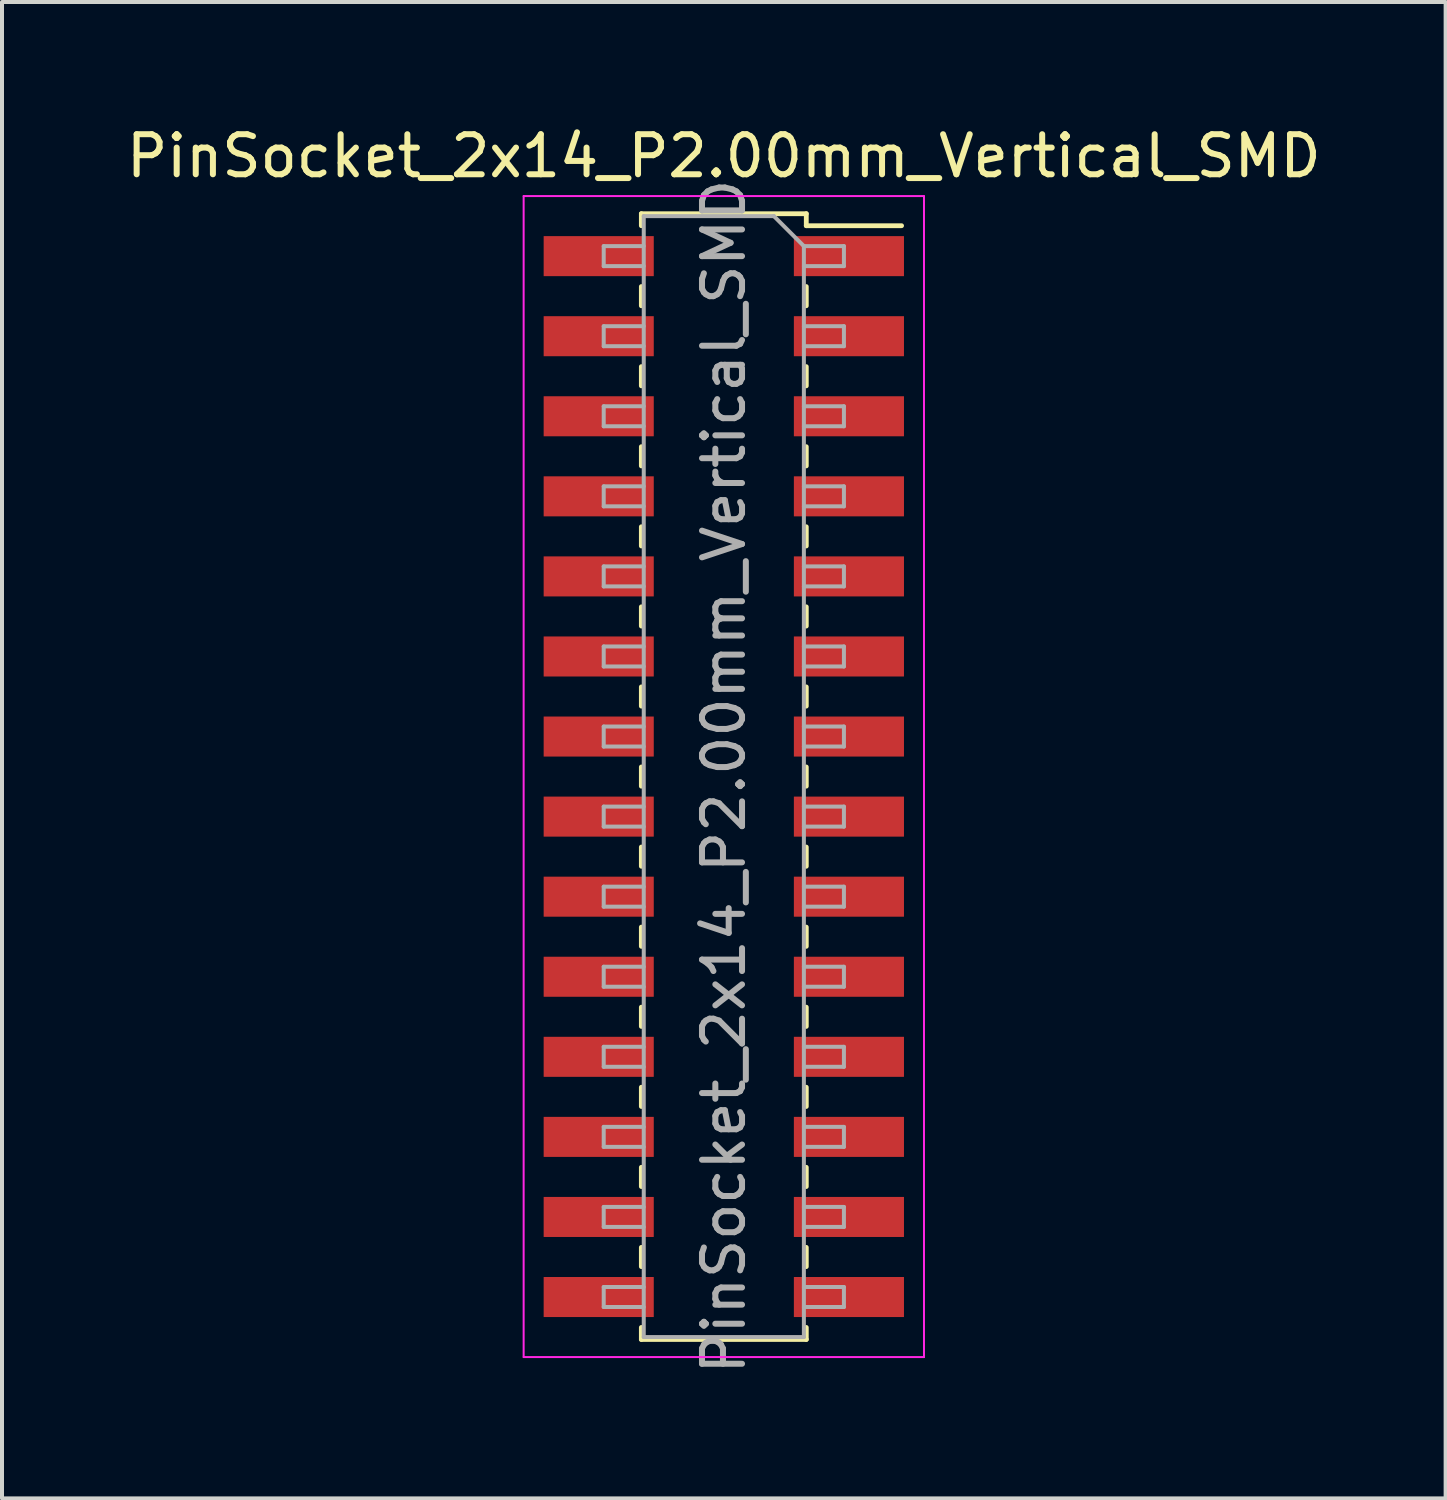
<source format=kicad_pcb>
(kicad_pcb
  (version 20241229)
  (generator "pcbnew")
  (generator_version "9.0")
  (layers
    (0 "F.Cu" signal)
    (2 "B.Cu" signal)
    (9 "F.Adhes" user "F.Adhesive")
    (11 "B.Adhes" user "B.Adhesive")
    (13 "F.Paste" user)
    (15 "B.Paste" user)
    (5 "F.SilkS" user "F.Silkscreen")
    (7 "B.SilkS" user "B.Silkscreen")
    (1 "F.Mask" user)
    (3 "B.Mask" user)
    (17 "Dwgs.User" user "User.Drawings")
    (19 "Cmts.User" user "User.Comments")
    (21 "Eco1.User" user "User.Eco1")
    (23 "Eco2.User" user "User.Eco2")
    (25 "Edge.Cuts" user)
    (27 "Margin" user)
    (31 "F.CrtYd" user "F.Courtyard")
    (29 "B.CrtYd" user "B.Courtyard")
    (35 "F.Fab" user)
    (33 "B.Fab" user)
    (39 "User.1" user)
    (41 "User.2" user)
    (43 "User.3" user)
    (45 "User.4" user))
  (footprint "PinSocket_2x14_P2.00mm_Vertical_SMD"
    (layer "F.Cu")
    (at 15.03 16.348)
    (property "Reference" "PinSocket_2x14_P2.00mm_Vertical_SMD" (at 0 -15.5 0) (layer "F.SilkS") (effects (font (size 1 1) (thickness 0.15))))
    (attr smd)
    (fp_line (start -2.06 -14.06) (end -2.06 -13.76) (stroke (width 0.12) (type solid)) (layer "F.SilkS"))
    (fp_line (start -2.06 -14.06) (end 2.06 -14.06) (stroke (width 0.12) (type solid)) (layer "F.SilkS"))
    (fp_line (start -2.06 -12.24) (end -2.06 -11.76) (stroke (width 0.12) (type solid)) (layer "F.SilkS"))
    (fp_line (start -2.06 -10.24) (end -2.06 -9.76) (stroke (width 0.12) (type solid)) (layer "F.SilkS"))
    (fp_line (start -2.06 -8.24) (end -2.06 -7.76) (stroke (width 0.12) (type solid)) (layer "F.SilkS"))
    (fp_line (start -2.06 -6.24) (end -2.06 -5.76) (stroke (width 0.12) (type solid)) (layer "F.SilkS"))
    (fp_line (start -2.06 -4.24) (end -2.06 -3.76) (stroke (width 0.12) (type solid)) (layer "F.SilkS"))
    (fp_line (start -2.06 -2.24) (end -2.06 -1.76) (stroke (width 0.12) (type solid)) (layer "F.SilkS"))
    (fp_line (start -2.06 -0.24) (end -2.06 0.24) (stroke (width 0.12) (type solid)) (layer "F.SilkS"))
    (fp_line (start -2.06 1.76) (end -2.06 2.24) (stroke (width 0.12) (type solid)) (layer "F.SilkS"))
    (fp_line (start -2.06 3.76) (end -2.06 4.24) (stroke (width 0.12) (type solid)) (layer "F.SilkS"))
    (fp_line (start -2.06 5.76) (end -2.06 6.24) (stroke (width 0.12) (type solid)) (layer "F.SilkS"))
    (fp_line (start -2.06 7.76) (end -2.06 8.24) (stroke (width 0.12) (type solid)) (layer "F.SilkS"))
    (fp_line (start -2.06 9.76) (end -2.06 10.24) (stroke (width 0.12) (type solid)) (layer "F.SilkS"))
    (fp_line (start -2.06 11.76) (end -2.06 12.24) (stroke (width 0.12) (type solid)) (layer "F.SilkS"))
    (fp_line (start -2.06 13.76) (end -2.06 14.06) (stroke (width 0.12) (type solid)) (layer "F.SilkS"))
    (fp_line (start -2.06 14.06) (end 2.06 14.06) (stroke (width 0.12) (type solid)) (layer "F.SilkS"))
    (fp_line (start 2.06 -14.06) (end 2.06 -13.76) (stroke (width 0.12) (type solid)) (layer "F.SilkS"))
    (fp_line (start 2.06 -13.76) (end 4.44 -13.76) (stroke (width 0.12) (type solid)) (layer "F.SilkS"))
    (fp_line (start 2.06 -12.24) (end 2.06 -11.76) (stroke (width 0.12) (type solid)) (layer "F.SilkS"))
    (fp_line (start 2.06 -10.24) (end 2.06 -9.76) (stroke (width 0.12) (type solid)) (layer "F.SilkS"))
    (fp_line (start 2.06 -8.24) (end 2.06 -7.76) (stroke (width 0.12) (type solid)) (layer "F.SilkS"))
    (fp_line (start 2.06 -6.24) (end 2.06 -5.76) (stroke (width 0.12) (type solid)) (layer "F.SilkS"))
    (fp_line (start 2.06 -4.24) (end 2.06 -3.76) (stroke (width 0.12) (type solid)) (layer "F.SilkS"))
    (fp_line (start 2.06 -2.24) (end 2.06 -1.76) (stroke (width 0.12) (type solid)) (layer "F.SilkS"))
    (fp_line (start 2.06 -0.24) (end 2.06 0.24) (stroke (width 0.12) (type solid)) (layer "F.SilkS"))
    (fp_line (start 2.06 1.76) (end 2.06 2.24) (stroke (width 0.12) (type solid)) (layer "F.SilkS"))
    (fp_line (start 2.06 3.76) (end 2.06 4.24) (stroke (width 0.12) (type solid)) (layer "F.SilkS"))
    (fp_line (start 2.06 5.76) (end 2.06 6.24) (stroke (width 0.12) (type solid)) (layer "F.SilkS"))
    (fp_line (start 2.06 7.76) (end 2.06 8.24) (stroke (width 0.12) (type solid)) (layer "F.SilkS"))
    (fp_line (start 2.06 9.76) (end 2.06 10.24) (stroke (width 0.12) (type solid)) (layer "F.SilkS"))
    (fp_line (start 2.06 11.76) (end 2.06 12.24) (stroke (width 0.12) (type solid)) (layer "F.SilkS"))
    (fp_line (start 2.06 13.76) (end 2.06 14.06) (stroke (width 0.12) (type solid)) (layer "F.SilkS"))
    (fp_line (start -5 -14.5) (end 5 -14.5) (stroke (width 0.05) (type solid)) (layer "F.CrtYd"))
    (fp_line (start -5 14.5) (end -5 -14.5) (stroke (width 0.05) (type solid)) (layer "F.CrtYd"))
    (fp_line (start 5 -14.5) (end 5 14.5) (stroke (width 0.05) (type solid)) (layer "F.CrtYd"))
    (fp_line (start 5 14.5) (end -5 14.5) (stroke (width 0.05) (type solid)) (layer "F.CrtYd"))
    (fp_line (start -3 -13.25) (end -2 -13.25) (stroke (width 0.1) (type solid)) (layer "F.Fab"))
    (fp_line (start -3 -12.75) (end -3 -13.25) (stroke (width 0.1) (type solid)) (layer "F.Fab"))
    (fp_line (start -3 -11.25) (end -2 -11.25) (stroke (width 0.1) (type solid)) (layer "F.Fab"))
    (fp_line (start -3 -10.75) (end -3 -11.25) (stroke (width 0.1) (type solid)) (layer "F.Fab"))
    (fp_line (start -3 -9.25) (end -2 -9.25) (stroke (width 0.1) (type solid)) (layer "F.Fab"))
    (fp_line (start -3 -8.75) (end -3 -9.25) (stroke (width 0.1) (type solid)) (layer "F.Fab"))
    (fp_line (start -3 -7.25) (end -2 -7.25) (stroke (width 0.1) (type solid)) (layer "F.Fab"))
    (fp_line (start -3 -6.75) (end -3 -7.25) (stroke (width 0.1) (type solid)) (layer "F.Fab"))
    (fp_line (start -3 -5.25) (end -2 -5.25) (stroke (width 0.1) (type solid)) (layer "F.Fab"))
    (fp_line (start -3 -4.75) (end -3 -5.25) (stroke (width 0.1) (type solid)) (layer "F.Fab"))
    (fp_line (start -3 -3.25) (end -2 -3.25) (stroke (width 0.1) (type solid)) (layer "F.Fab"))
    (fp_line (start -3 -2.75) (end -3 -3.25) (stroke (width 0.1) (type solid)) (layer "F.Fab"))
    (fp_line (start -3 -1.25) (end -2 -1.25) (stroke (width 0.1) (type solid)) (layer "F.Fab"))
    (fp_line (start -3 -0.75) (end -3 -1.25) (stroke (width 0.1) (type solid)) (layer "F.Fab"))
    (fp_line (start -3 0.75) (end -2 0.75) (stroke (width 0.1) (type solid)) (layer "F.Fab"))
    (fp_line (start -3 1.25) (end -3 0.75) (stroke (width 0.1) (type solid)) (layer "F.Fab"))
    (fp_line (start -3 2.75) (end -2 2.75) (stroke (width 0.1) (type solid)) (layer "F.Fab"))
    (fp_line (start -3 3.25) (end -3 2.75) (stroke (width 0.1) (type solid)) (layer "F.Fab"))
    (fp_line (start -3 4.75) (end -2 4.75) (stroke (width 0.1) (type solid)) (layer "F.Fab"))
    (fp_line (start -3 5.25) (end -3 4.75) (stroke (width 0.1) (type solid)) (layer "F.Fab"))
    (fp_line (start -3 6.75) (end -2 6.75) (stroke (width 0.1) (type solid)) (layer "F.Fab"))
    (fp_line (start -3 7.25) (end -3 6.75) (stroke (width 0.1) (type solid)) (layer "F.Fab"))
    (fp_line (start -3 8.75) (end -2 8.75) (stroke (width 0.1) (type solid)) (layer "F.Fab"))
    (fp_line (start -3 9.25) (end -3 8.75) (stroke (width 0.1) (type solid)) (layer "F.Fab"))
    (fp_line (start -3 10.75) (end -2 10.75) (stroke (width 0.1) (type solid)) (layer "F.Fab"))
    (fp_line (start -3 11.25) (end -3 10.75) (stroke (width 0.1) (type solid)) (layer "F.Fab"))
    (fp_line (start -3 12.75) (end -2 12.75) (stroke (width 0.1) (type solid)) (layer "F.Fab"))
    (fp_line (start -3 13.25) (end -3 12.75) (stroke (width 0.1) (type solid)) (layer "F.Fab"))
    (fp_line (start -2 -14) (end 1.25 -14) (stroke (width 0.1) (type solid)) (layer "F.Fab"))
    (fp_line (start -2 -12.75) (end -3 -12.75) (stroke (width 0.1) (type solid)) (layer "F.Fab"))
    (fp_line (start -2 -10.75) (end -3 -10.75) (stroke (width 0.1) (type solid)) (layer "F.Fab"))
    (fp_line (start -2 -8.75) (end -3 -8.75) (stroke (width 0.1) (type solid)) (layer "F.Fab"))
    (fp_line (start -2 -6.75) (end -3 -6.75) (stroke (width 0.1) (type solid)) (layer "F.Fab"))
    (fp_line (start -2 -4.75) (end -3 -4.75) (stroke (width 0.1) (type solid)) (layer "F.Fab"))
    (fp_line (start -2 -2.75) (end -3 -2.75) (stroke (width 0.1) (type solid)) (layer "F.Fab"))
    (fp_line (start -2 -0.75) (end -3 -0.75) (stroke (width 0.1) (type solid)) (layer "F.Fab"))
    (fp_line (start -2 1.25) (end -3 1.25) (stroke (width 0.1) (type solid)) (layer "F.Fab"))
    (fp_line (start -2 3.25) (end -3 3.25) (stroke (width 0.1) (type solid)) (layer "F.Fab"))
    (fp_line (start -2 5.25) (end -3 5.25) (stroke (width 0.1) (type solid)) (layer "F.Fab"))
    (fp_line (start -2 7.25) (end -3 7.25) (stroke (width 0.1) (type solid)) (layer "F.Fab"))
    (fp_line (start -2 9.25) (end -3 9.25) (stroke (width 0.1) (type solid)) (layer "F.Fab"))
    (fp_line (start -2 11.25) (end -3 11.25) (stroke (width 0.1) (type solid)) (layer "F.Fab"))
    (fp_line (start -2 13.25) (end -3 13.25) (stroke (width 0.1) (type solid)) (layer "F.Fab"))
    (fp_line (start -2 14) (end -2 -14) (stroke (width 0.1) (type solid)) (layer "F.Fab"))
    (fp_line (start 1.25 -14) (end 2 -13.25) (stroke (width 0.1) (type solid)) (layer "F.Fab"))
    (fp_line (start 2 -13.25) (end 2 14) (stroke (width 0.1) (type solid)) (layer "F.Fab"))
    (fp_line (start 2 -13.25) (end 3 -13.25) (stroke (width 0.1) (type solid)) (layer "F.Fab"))
    (fp_line (start 2 -11.25) (end 3 -11.25) (stroke (width 0.1) (type solid)) (layer "F.Fab"))
    (fp_line (start 2 -9.25) (end 3 -9.25) (stroke (width 0.1) (type solid)) (layer "F.Fab"))
    (fp_line (start 2 -7.25) (end 3 -7.25) (stroke (width 0.1) (type solid)) (layer "F.Fab"))
    (fp_line (start 2 -5.25) (end 3 -5.25) (stroke (width 0.1) (type solid)) (layer "F.Fab"))
    (fp_line (start 2 -3.25) (end 3 -3.25) (stroke (width 0.1) (type solid)) (layer "F.Fab"))
    (fp_line (start 2 -1.25) (end 3 -1.25) (stroke (width 0.1) (type solid)) (layer "F.Fab"))
    (fp_line (start 2 0.75) (end 3 0.75) (stroke (width 0.1) (type solid)) (layer "F.Fab"))
    (fp_line (start 2 2.75) (end 3 2.75) (stroke (width 0.1) (type solid)) (layer "F.Fab"))
    (fp_line (start 2 4.75) (end 3 4.75) (stroke (width 0.1) (type solid)) (layer "F.Fab"))
    (fp_line (start 2 6.75) (end 3 6.75) (stroke (width 0.1) (type solid)) (layer "F.Fab"))
    (fp_line (start 2 8.75) (end 3 8.75) (stroke (width 0.1) (type solid)) (layer "F.Fab"))
    (fp_line (start 2 10.75) (end 3 10.75) (stroke (width 0.1) (type solid)) (layer "F.Fab"))
    (fp_line (start 2 12.75) (end 3 12.75) (stroke (width 0.1) (type solid)) (layer "F.Fab"))
    (fp_line (start 2 14) (end -2 14) (stroke (width 0.1) (type solid)) (layer "F.Fab"))
    (fp_line (start 3 -13.25) (end 3 -12.75) (stroke (width 0.1) (type solid)) (layer "F.Fab"))
    (fp_line (start 3 -12.75) (end 2 -12.75) (stroke (width 0.1) (type solid)) (layer "F.Fab"))
    (fp_line (start 3 -11.25) (end 3 -10.75) (stroke (width 0.1) (type solid)) (layer "F.Fab"))
    (fp_line (start 3 -10.75) (end 2 -10.75) (stroke (width 0.1) (type solid)) (layer "F.Fab"))
    (fp_line (start 3 -9.25) (end 3 -8.75) (stroke (width 0.1) (type solid)) (layer "F.Fab"))
    (fp_line (start 3 -8.75) (end 2 -8.75) (stroke (width 0.1) (type solid)) (layer "F.Fab"))
    (fp_line (start 3 -7.25) (end 3 -6.75) (stroke (width 0.1) (type solid)) (layer "F.Fab"))
    (fp_line (start 3 -6.75) (end 2 -6.75) (stroke (width 0.1) (type solid)) (layer "F.Fab"))
    (fp_line (start 3 -5.25) (end 3 -4.75) (stroke (width 0.1) (type solid)) (layer "F.Fab"))
    (fp_line (start 3 -4.75) (end 2 -4.75) (stroke (width 0.1) (type solid)) (layer "F.Fab"))
    (fp_line (start 3 -3.25) (end 3 -2.75) (stroke (width 0.1) (type solid)) (layer "F.Fab"))
    (fp_line (start 3 -2.75) (end 2 -2.75) (stroke (width 0.1) (type solid)) (layer "F.Fab"))
    (fp_line (start 3 -1.25) (end 3 -0.75) (stroke (width 0.1) (type solid)) (layer "F.Fab"))
    (fp_line (start 3 -0.75) (end 2 -0.75) (stroke (width 0.1) (type solid)) (layer "F.Fab"))
    (fp_line (start 3 0.75) (end 3 1.25) (stroke (width 0.1) (type solid)) (layer "F.Fab"))
    (fp_line (start 3 1.25) (end 2 1.25) (stroke (width 0.1) (type solid)) (layer "F.Fab"))
    (fp_line (start 3 2.75) (end 3 3.25) (stroke (width 0.1) (type solid)) (layer "F.Fab"))
    (fp_line (start 3 3.25) (end 2 3.25) (stroke (width 0.1) (type solid)) (layer "F.Fab"))
    (fp_line (start 3 4.75) (end 3 5.25) (stroke (width 0.1) (type solid)) (layer "F.Fab"))
    (fp_line (start 3 5.25) (end 2 5.25) (stroke (width 0.1) (type solid)) (layer "F.Fab"))
    (fp_line (start 3 6.75) (end 3 7.25) (stroke (width 0.1) (type solid)) (layer "F.Fab"))
    (fp_line (start 3 7.25) (end 2 7.25) (stroke (width 0.1) (type solid)) (layer "F.Fab"))
    (fp_line (start 3 8.75) (end 3 9.25) (stroke (width 0.1) (type solid)) (layer "F.Fab"))
    (fp_line (start 3 9.25) (end 2 9.25) (stroke (width 0.1) (type solid)) (layer "F.Fab"))
    (fp_line (start 3 10.75) (end 3 11.25) (stroke (width 0.1) (type solid)) (layer "F.Fab"))
    (fp_line (start 3 11.25) (end 2 11.25) (stroke (width 0.1) (type solid)) (layer "F.Fab"))
    (fp_line (start 3 12.75) (end 3 13.25) (stroke (width 0.1) (type solid)) (layer "F.Fab"))
    (fp_line (start 3 13.25) (end 2 13.25) (stroke (width 0.1) (type solid)) (layer "F.Fab"))
    (fp_text user "${REFERENCE}" (at 0 0 90) (layer "F.Fab") (effects (font (size 1 1) (thickness 0.15))))
    (pad "1" smd rect (at 3.125 -13) (size 2.75 1) (layers "F.Cu" "F.Mask" "F.Paste"))
    (pad "2" smd rect (at -3.125 -13) (size 2.75 1) (layers "F.Cu" "F.Mask" "F.Paste"))
    (pad "3" smd rect (at 3.125 -11) (size 2.75 1) (layers "F.Cu" "F.Mask" "F.Paste"))
    (pad "4" smd rect (at -3.125 -11) (size 2.75 1) (layers "F.Cu" "F.Mask" "F.Paste"))
    (pad "5" smd rect (at 3.125 -9) (size 2.75 1) (layers "F.Cu" "F.Mask" "F.Paste"))
    (pad "6" smd rect (at -3.125 -9) (size 2.75 1) (layers "F.Cu" "F.Mask" "F.Paste"))
    (pad "7" smd rect (at 3.125 -7) (size 2.75 1) (layers "F.Cu" "F.Mask" "F.Paste"))
    (pad "8" smd rect (at -3.125 -7) (size 2.75 1) (layers "F.Cu" "F.Mask" "F.Paste"))
    (pad "9" smd rect (at 3.125 -5) (size 2.75 1) (layers "F.Cu" "F.Mask" "F.Paste"))
    (pad "10" smd rect (at -3.125 -5) (size 2.75 1) (layers "F.Cu" "F.Mask" "F.Paste"))
    (pad "11" smd rect (at 3.125 -3) (size 2.75 1) (layers "F.Cu" "F.Mask" "F.Paste"))
    (pad "12" smd rect (at -3.125 -3) (size 2.75 1) (layers "F.Cu" "F.Mask" "F.Paste"))
    (pad "13" smd rect (at 3.125 -1) (size 2.75 1) (layers "F.Cu" "F.Mask" "F.Paste"))
    (pad "14" smd rect (at -3.125 -1) (size 2.75 1) (layers "F.Cu" "F.Mask" "F.Paste"))
    (pad "15" smd rect (at 3.125 1) (size 2.75 1) (layers "F.Cu" "F.Mask" "F.Paste"))
    (pad "16" smd rect (at -3.125 1) (size 2.75 1) (layers "F.Cu" "F.Mask" "F.Paste"))
    (pad "17" smd rect (at 3.125 3) (size 2.75 1) (layers "F.Cu" "F.Mask" "F.Paste"))
    (pad "18" smd rect (at -3.125 3) (size 2.75 1) (layers "F.Cu" "F.Mask" "F.Paste"))
    (pad "19" smd rect (at 3.125 5) (size 2.75 1) (layers "F.Cu" "F.Mask" "F.Paste"))
    (pad "20" smd rect (at -3.125 5) (size 2.75 1) (layers "F.Cu" "F.Mask" "F.Paste"))
    (pad "21" smd rect (at 3.125 7) (size 2.75 1) (layers "F.Cu" "F.Mask" "F.Paste"))
    (pad "22" smd rect (at -3.125 7) (size 2.75 1) (layers "F.Cu" "F.Mask" "F.Paste"))
    (pad "23" smd rect (at 3.125 9) (size 2.75 1) (layers "F.Cu" "F.Mask" "F.Paste"))
    (pad "24" smd rect (at -3.125 9) (size 2.75 1) (layers "F.Cu" "F.Mask" "F.Paste"))
    (pad "25" smd rect (at 3.125 11) (size 2.75 1) (layers "F.Cu" "F.Mask" "F.Paste"))
    (pad "26" smd rect (at -3.125 11) (size 2.75 1) (layers "F.Cu" "F.Mask" "F.Paste"))
    (pad "27" smd rect (at 3.125 13) (size 2.75 1) (layers "F.Cu" "F.Mask" "F.Paste"))
    (pad "28" smd rect (at -3.125 13) (size 2.75 1) (layers "F.Cu" "F.Mask" "F.Paste")))
  (gr_rect
    (start -3 -3)
    (end 33.06 34.378)
    (stroke (width 0.1) (type default))
    (fill no)
    (layer "Edge.Cuts")))
</source>
